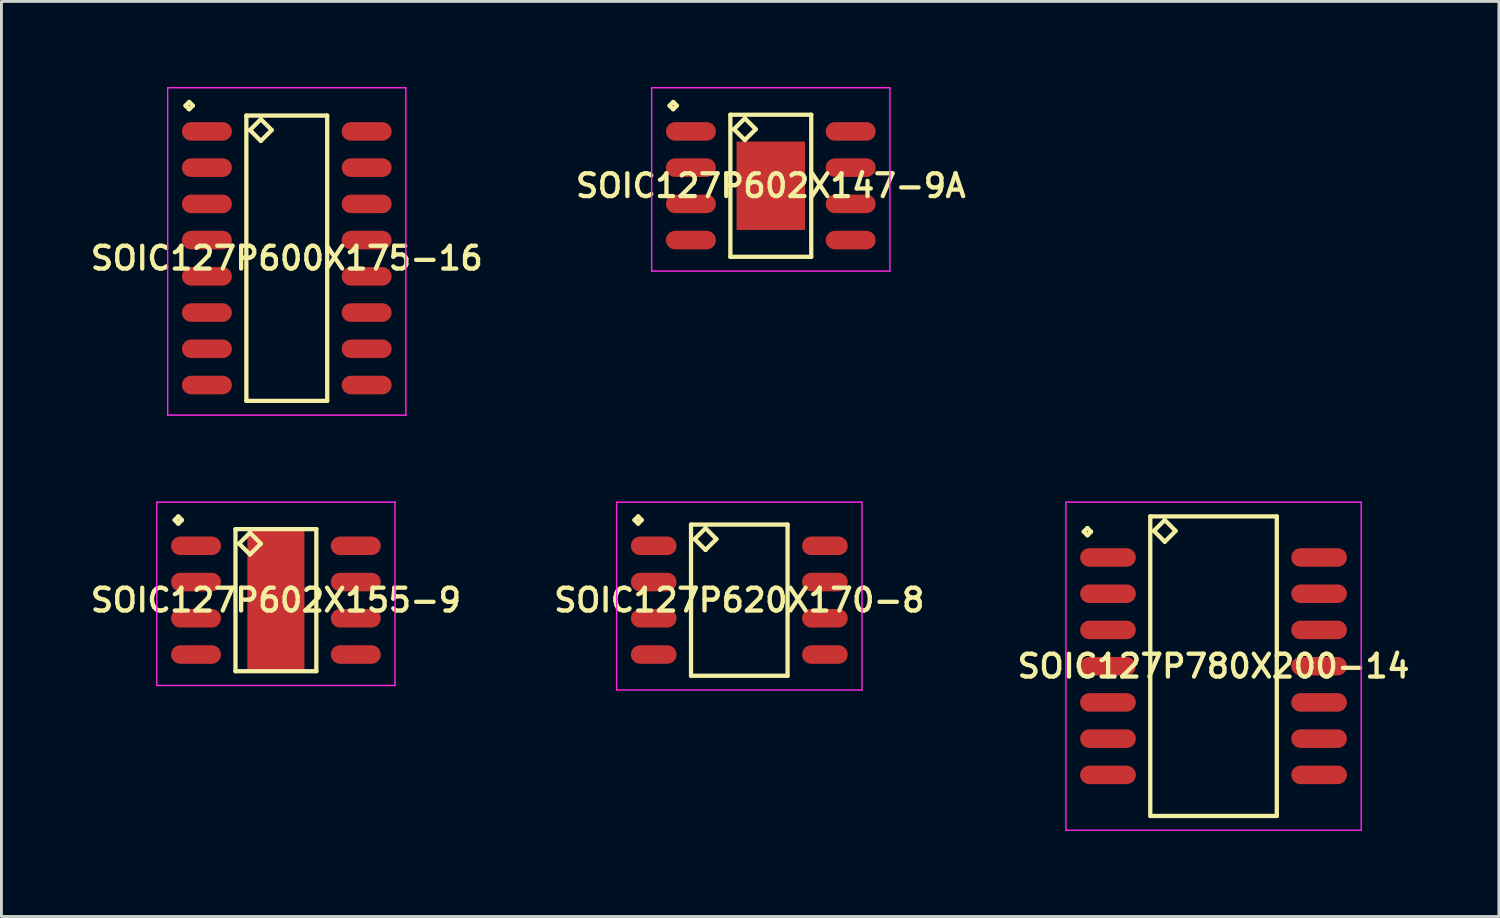
<source format=kicad_pcb>
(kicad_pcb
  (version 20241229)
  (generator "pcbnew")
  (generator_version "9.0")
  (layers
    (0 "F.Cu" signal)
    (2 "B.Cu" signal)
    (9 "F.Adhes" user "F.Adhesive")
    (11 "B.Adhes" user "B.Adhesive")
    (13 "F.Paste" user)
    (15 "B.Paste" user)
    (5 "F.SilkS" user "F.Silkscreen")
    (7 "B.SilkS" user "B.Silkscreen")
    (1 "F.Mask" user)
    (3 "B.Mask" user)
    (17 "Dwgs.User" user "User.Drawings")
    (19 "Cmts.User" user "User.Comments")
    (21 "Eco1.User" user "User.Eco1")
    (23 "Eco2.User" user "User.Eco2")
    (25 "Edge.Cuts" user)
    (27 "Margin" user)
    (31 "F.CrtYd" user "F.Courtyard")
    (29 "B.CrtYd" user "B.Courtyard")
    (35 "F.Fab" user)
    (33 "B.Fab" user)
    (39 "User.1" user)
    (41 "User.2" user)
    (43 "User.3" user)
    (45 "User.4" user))
  (footprint "SOIC127P600X175-16"
    (layer "F.Cu")
    (at 7.002 6.001)
    (property "Reference" "SOIC127P600X175-16" (at 0 0 0) (layer "F.SilkS") (effects (font (size 0.8 0.8) (thickness 0.15))))
    (attr smd)
    (fp_line (start -3.548 -5.349) (end -3.421 -5.476) (stroke (width 0.15) (type solid)) (layer "F.SilkS"))
    (fp_line (start -3.421 -5.476) (end -3.294 -5.349) (stroke (width 0.15) (type solid)) (layer "F.SilkS"))
    (fp_line (start -3.421 -5.222) (end -3.548 -5.349) (stroke (width 0.15) (type solid)) (layer "F.SilkS"))
    (fp_line (start -3.294 -5.349) (end -3.421 -5.222) (stroke (width 0.15) (type solid)) (layer "F.SilkS"))
    (fp_line (start -1.417 -5) (end -1.417 5) (stroke (width 0.15) (type solid)) (layer "F.SilkS"))
    (fp_line (start -1.417 5) (end 1.417 5) (stroke (width 0.15) (type solid)) (layer "F.SilkS"))
    (fp_line (start -1.29 -4.492) (end -0.909 -4.873) (stroke (width 0.15) (type solid)) (layer "F.SilkS"))
    (fp_line (start -0.909 -4.873) (end -0.528 -4.492) (stroke (width 0.15) (type solid)) (layer "F.SilkS"))
    (fp_line (start -0.909 -4.111) (end -1.29 -4.492) (stroke (width 0.15) (type solid)) (layer "F.SilkS"))
    (fp_line (start -0.528 -4.492) (end -0.909 -4.111) (stroke (width 0.15) (type solid)) (layer "F.SilkS"))
    (fp_line (start 1.417 -5) (end -1.417 -5) (stroke (width 0.15) (type solid)) (layer "F.SilkS"))
    (fp_line (start 1.417 5) (end 1.417 -5) (stroke (width 0.15) (type solid)) (layer "F.SilkS"))
    (fp_line (start -4.175 -5.976) (end 4.175 -5.976) (stroke (width 0.05) (type solid)) (layer "F.CrtYd"))
    (fp_line (start -4.175 5.5) (end -4.175 -5.976) (stroke (width 0.05) (type solid)) (layer "F.CrtYd"))
    (fp_line (start 4.175 -5.976) (end 4.175 5.5) (stroke (width 0.05) (type solid)) (layer "F.CrtYd"))
    (fp_line (start 4.175 5.5) (end -4.175 5.5) (stroke (width 0.05) (type solid)) (layer "F.CrtYd"))
    (pad "1" smd oval (at -2.8 -4.445) (size 1.75 0.65) (layers "F.Cu" "F.Mask" "F.Paste"))
    (pad "2" smd oval (at -2.8 -3.175) (size 1.75 0.65) (layers "F.Cu" "F.Mask" "F.Paste"))
    (pad "3" smd oval (at -2.8 -1.905) (size 1.75 0.65) (layers "F.Cu" "F.Mask" "F.Paste"))
    (pad "4" smd oval (at -2.8 -0.635) (size 1.75 0.65) (layers "F.Cu" "F.Mask" "F.Paste"))
    (pad "5" smd oval (at -2.8 0.635) (size 1.75 0.65) (layers "F.Cu" "F.Mask" "F.Paste"))
    (pad "6" smd oval (at -2.8 1.905) (size 1.75 0.65) (layers "F.Cu" "F.Mask" "F.Paste"))
    (pad "7" smd oval (at -2.8 3.175) (size 1.75 0.65) (layers "F.Cu" "F.Mask" "F.Paste"))
    (pad "8" smd oval (at -2.8 4.445) (size 1.75 0.65) (layers "F.Cu" "F.Mask" "F.Paste"))
    (pad "9" smd oval (at 2.8 4.445) (size 1.75 0.65) (layers "F.Cu" "F.Mask" "F.Paste"))
    (pad "10" smd oval (at 2.8 3.175) (size 1.75 0.65) (layers "F.Cu" "F.Mask" "F.Paste"))
    (pad "11" smd oval (at 2.8 1.905) (size 1.75 0.65) (layers "F.Cu" "F.Mask" "F.Paste"))
    (pad "12" smd oval (at 2.8 0.635) (size 1.75 0.65) (layers "F.Cu" "F.Mask" "F.Paste"))
    (pad "13" smd oval (at 2.8 -0.635) (size 1.75 0.65) (layers "F.Cu" "F.Mask" "F.Paste"))
    (pad "14" smd oval (at 2.8 -1.905) (size 1.75 0.65) (layers "F.Cu" "F.Mask" "F.Paste"))
    (pad "15" smd oval (at 2.8 -3.175) (size 1.75 0.65) (layers "F.Cu" "F.Mask" "F.Paste"))
    (pad "16" smd oval (at 2.8 -4.445) (size 1.75 0.65) (layers "F.Cu" "F.Mask" "F.Paste")))
  (footprint "SOIC127P602X147-9A"
    (layer "F.Cu")
    (at 23.968 3.461)
    (property "Reference" "SOIC127P602X147-9A" (at 0 0 0) (layer "F.SilkS") (effects (font (size 0.8 0.8) (thickness 0.15))))
    (attr smd)
    (fp_line (start -3.548 -2.809) (end -3.421 -2.936) (stroke (width 0.15) (type solid)) (layer "F.SilkS"))
    (fp_line (start -3.421 -2.936) (end -3.294 -2.809) (stroke (width 0.15) (type solid)) (layer "F.SilkS"))
    (fp_line (start -3.421 -2.682) (end -3.548 -2.809) (stroke (width 0.15) (type solid)) (layer "F.SilkS"))
    (fp_line (start -3.294 -2.809) (end -3.421 -2.682) (stroke (width 0.15) (type solid)) (layer "F.SilkS"))
    (fp_line (start -1.417 -2.49) (end -1.417 2.49) (stroke (width 0.15) (type solid)) (layer "F.SilkS"))
    (fp_line (start -1.417 2.49) (end 1.417 2.49) (stroke (width 0.15) (type solid)) (layer "F.SilkS"))
    (fp_line (start -1.29 -1.982) (end -0.909 -2.363) (stroke (width 0.15) (type solid)) (layer "F.SilkS"))
    (fp_line (start -0.909 -2.363) (end -0.528 -1.982) (stroke (width 0.15) (type solid)) (layer "F.SilkS"))
    (fp_line (start -0.909 -1.601) (end -1.29 -1.982) (stroke (width 0.15) (type solid)) (layer "F.SilkS"))
    (fp_line (start -0.528 -1.982) (end -0.909 -1.601) (stroke (width 0.15) (type solid)) (layer "F.SilkS"))
    (fp_line (start 1.417 -2.49) (end -1.417 -2.49) (stroke (width 0.15) (type solid)) (layer "F.SilkS"))
    (fp_line (start 1.417 2.49) (end 1.417 -2.49) (stroke (width 0.15) (type solid)) (layer "F.SilkS"))
    (fp_line (start -4.175 -3.436) (end 4.175 -3.436) (stroke (width 0.05) (type solid)) (layer "F.CrtYd"))
    (fp_line (start -4.175 2.99) (end -4.175 -3.436) (stroke (width 0.05) (type solid)) (layer "F.CrtYd"))
    (fp_line (start 4.175 -3.436) (end 4.175 2.99) (stroke (width 0.05) (type solid)) (layer "F.CrtYd"))
    (fp_line (start 4.175 2.99) (end -4.175 2.99) (stroke (width 0.05) (type solid)) (layer "F.CrtYd"))
    (pad "1" smd oval (at -2.8 -1.905) (size 1.75 0.65) (layers "F.Cu" "F.Mask" "F.Paste"))
    (pad "2" smd oval (at -2.8 -0.635) (size 1.75 0.65) (layers "F.Cu" "F.Mask" "F.Paste"))
    (pad "3" smd oval (at -2.8 0.635) (size 1.75 0.65) (layers "F.Cu" "F.Mask" "F.Paste"))
    (pad "4" smd oval (at -2.8 1.905) (size 1.75 0.65) (layers "F.Cu" "F.Mask" "F.Paste"))
    (pad "5" smd oval (at 2.8 1.905) (size 1.75 0.65) (layers "F.Cu" "F.Mask" "F.Paste"))
    (pad "6" smd oval (at 2.8 0.635) (size 1.75 0.65) (layers "F.Cu" "F.Mask" "F.Paste"))
    (pad "7" smd oval (at 2.8 -0.635) (size 1.75 0.65) (layers "F.Cu" "F.Mask" "F.Paste"))
    (pad "8" smd oval (at 2.8 -1.905) (size 1.75 0.65) (layers "F.Cu" "F.Mask" "F.Paste"))
    (pad "9" smd rect (at 0 0) (size 2.4 3.1) (layers "F.Cu" "F.Mask" "F.Paste")))
  (footprint "SOIC127P620X170-8"
    (layer "F.Cu")
    (at 22.864 17.987)
    (property "Reference" "SOIC127P620X170-8" (at 0 0 0) (layer "F.SilkS") (effects (font (size 0.8 0.8) (thickness 0.15))))
    (attr smd)
    (fp_line (start -3.673 -2.809) (end -3.546 -2.936) (stroke (width 0.15) (type solid)) (layer "F.SilkS"))
    (fp_line (start -3.546 -2.936) (end -3.419 -2.809) (stroke (width 0.15) (type solid)) (layer "F.SilkS"))
    (fp_line (start -3.546 -2.682) (end -3.673 -2.809) (stroke (width 0.15) (type solid)) (layer "F.SilkS"))
    (fp_line (start -3.419 -2.809) (end -3.546 -2.682) (stroke (width 0.15) (type solid)) (layer "F.SilkS"))
    (fp_line (start -1.692 -2.65) (end -1.692 2.65) (stroke (width 0.15) (type solid)) (layer "F.SilkS"))
    (fp_line (start -1.692 2.65) (end 1.692 2.65) (stroke (width 0.15) (type solid)) (layer "F.SilkS"))
    (fp_line (start -1.565 -2.142) (end -1.184 -2.523) (stroke (width 0.15) (type solid)) (layer "F.SilkS"))
    (fp_line (start -1.184 -2.523) (end -0.803 -2.142) (stroke (width 0.15) (type solid)) (layer "F.SilkS"))
    (fp_line (start -1.184 -1.761) (end -1.565 -2.142) (stroke (width 0.15) (type solid)) (layer "F.SilkS"))
    (fp_line (start -0.803 -2.142) (end -1.184 -1.761) (stroke (width 0.15) (type solid)) (layer "F.SilkS"))
    (fp_line (start 1.692 -2.65) (end -1.692 -2.65) (stroke (width 0.15) (type solid)) (layer "F.SilkS"))
    (fp_line (start 1.692 2.65) (end 1.692 -2.65) (stroke (width 0.15) (type solid)) (layer "F.SilkS"))
    (fp_line (start -4.3 -3.436) (end 4.3 -3.436) (stroke (width 0.05) (type solid)) (layer "F.CrtYd"))
    (fp_line (start -4.3 3.15) (end -4.3 -3.436) (stroke (width 0.05) (type solid)) (layer "F.CrtYd"))
    (fp_line (start 4.3 -3.436) (end 4.3 3.15) (stroke (width 0.05) (type solid)) (layer "F.CrtYd"))
    (fp_line (start 4.3 3.15) (end -4.3 3.15) (stroke (width 0.05) (type solid)) (layer "F.CrtYd"))
    (pad "1" smd oval (at -3 -1.905) (size 1.6 0.65) (layers "F.Cu" "F.Mask" "F.Paste"))
    (pad "2" smd oval (at -3 -0.635) (size 1.6 0.65) (layers "F.Cu" "F.Mask" "F.Paste"))
    (pad "3" smd oval (at -3 0.635) (size 1.6 0.65) (layers "F.Cu" "F.Mask" "F.Paste"))
    (pad "4" smd oval (at -3 1.905) (size 1.6 0.65) (layers "F.Cu" "F.Mask" "F.Paste"))
    (pad "5" smd oval (at 3 1.905) (size 1.6 0.65) (layers "F.Cu" "F.Mask" "F.Paste"))
    (pad "6" smd oval (at 3 0.635) (size 1.6 0.65) (layers "F.Cu" "F.Mask" "F.Paste"))
    (pad "7" smd oval (at 3 -0.635) (size 1.6 0.65) (layers "F.Cu" "F.Mask" "F.Paste"))
    (pad "8" smd oval (at 3 -1.905) (size 1.6 0.65) (layers "F.Cu" "F.Mask" "F.Paste")))
  (footprint "SOIC127P780X200-14"
    (layer "F.Cu")
    (at 39.487 20.301)
    (property "Reference" "SOIC127P780X200-14" (at 0 0 0) (layer "F.SilkS") (effects (font (size 0.8 0.8) (thickness 0.15))))
    (attr smd)
    (fp_line (start -4.548 -4.714) (end -4.421 -4.841) (stroke (width 0.15) (type solid)) (layer "F.SilkS"))
    (fp_line (start -4.421 -4.841) (end -4.294 -4.714) (stroke (width 0.15) (type solid)) (layer "F.SilkS"))
    (fp_line (start -4.421 -4.587) (end -4.548 -4.714) (stroke (width 0.15) (type solid)) (layer "F.SilkS"))
    (fp_line (start -4.294 -4.714) (end -4.421 -4.587) (stroke (width 0.15) (type solid)) (layer "F.SilkS"))
    (fp_line (start -2.217 -5.25) (end -2.217 5.25) (stroke (width 0.15) (type solid)) (layer "F.SilkS"))
    (fp_line (start -2.217 5.25) (end 2.217 5.25) (stroke (width 0.15) (type solid)) (layer "F.SilkS"))
    (fp_line (start -2.09 -4.742) (end -1.709 -5.123) (stroke (width 0.15) (type solid)) (layer "F.SilkS"))
    (fp_line (start -1.709 -5.123) (end -1.328 -4.742) (stroke (width 0.15) (type solid)) (layer "F.SilkS"))
    (fp_line (start -1.709 -4.361) (end -2.09 -4.742) (stroke (width 0.15) (type solid)) (layer "F.SilkS"))
    (fp_line (start -1.328 -4.742) (end -1.709 -4.361) (stroke (width 0.15) (type solid)) (layer "F.SilkS"))
    (fp_line (start 2.217 -5.25) (end -2.217 -5.25) (stroke (width 0.15) (type solid)) (layer "F.SilkS"))
    (fp_line (start 2.217 5.25) (end 2.217 -5.25) (stroke (width 0.15) (type solid)) (layer "F.SilkS"))
    (fp_line (start -5.175 -5.75) (end 5.175 -5.75) (stroke (width 0.05) (type solid)) (layer "F.CrtYd"))
    (fp_line (start -5.175 5.75) (end -5.175 -5.75) (stroke (width 0.05) (type solid)) (layer "F.CrtYd"))
    (fp_line (start 5.175 -5.75) (end 5.175 5.75) (stroke (width 0.05) (type solid)) (layer "F.CrtYd"))
    (fp_line (start 5.175 5.75) (end -5.175 5.75) (stroke (width 0.05) (type solid)) (layer "F.CrtYd"))
    (pad "1" smd oval (at -3.7 -3.81) (size 1.95 0.65) (layers "F.Cu" "F.Mask" "F.Paste"))
    (pad "2" smd oval (at -3.7 -2.54) (size 1.95 0.65) (layers "F.Cu" "F.Mask" "F.Paste"))
    (pad "3" smd oval (at -3.7 -1.27) (size 1.95 0.65) (layers "F.Cu" "F.Mask" "F.Paste"))
    (pad "4" smd oval (at -3.7 0) (size 1.95 0.65) (layers "F.Cu" "F.Mask" "F.Paste"))
    (pad "5" smd oval (at -3.7 1.27) (size 1.95 0.65) (layers "F.Cu" "F.Mask" "F.Paste"))
    (pad "6" smd oval (at -3.7 2.54) (size 1.95 0.65) (layers "F.Cu" "F.Mask" "F.Paste"))
    (pad "7" smd oval (at -3.7 3.81) (size 1.95 0.65) (layers "F.Cu" "F.Mask" "F.Paste"))
    (pad "8" smd oval (at 3.7 3.81) (size 1.95 0.65) (layers "F.Cu" "F.Mask" "F.Paste"))
    (pad "9" smd oval (at 3.7 2.54) (size 1.95 0.65) (layers "F.Cu" "F.Mask" "F.Paste"))
    (pad "10" smd oval (at 3.7 1.27) (size 1.95 0.65) (layers "F.Cu" "F.Mask" "F.Paste"))
    (pad "11" smd oval (at 3.7 0) (size 1.95 0.65) (layers "F.Cu" "F.Mask" "F.Paste"))
    (pad "12" smd oval (at 3.7 -1.27) (size 1.95 0.65) (layers "F.Cu" "F.Mask" "F.Paste"))
    (pad "13" smd oval (at 3.7 -2.54) (size 1.95 0.65) (layers "F.Cu" "F.Mask" "F.Paste"))
    (pad "14" smd oval (at 3.7 -3.81) (size 1.95 0.65) (layers "F.Cu" "F.Mask" "F.Paste")))
  (footprint "SOIC127P602X155-9"
    (layer "F.Cu")
    (at 6.621 17.987)
    (property "Reference" "SOIC127P602X155-9" (at 0 0 0) (layer "F.SilkS") (effects (font (size 0.8 0.8) (thickness 0.15))))
    (attr smd)
    (fp_line (start -3.548 -2.809) (end -3.421 -2.936) (stroke (width 0.15) (type solid)) (layer "F.SilkS"))
    (fp_line (start -3.421 -2.936) (end -3.294 -2.809) (stroke (width 0.15) (type solid)) (layer "F.SilkS"))
    (fp_line (start -3.421 -2.682) (end -3.548 -2.809) (stroke (width 0.15) (type solid)) (layer "F.SilkS"))
    (fp_line (start -3.294 -2.809) (end -3.421 -2.682) (stroke (width 0.15) (type solid)) (layer "F.SilkS"))
    (fp_line (start -1.417 -2.49) (end -1.417 2.49) (stroke (width 0.15) (type solid)) (layer "F.SilkS"))
    (fp_line (start -1.417 2.49) (end 1.417 2.49) (stroke (width 0.15) (type solid)) (layer "F.SilkS"))
    (fp_line (start -1.29 -1.982) (end -0.909 -2.363) (stroke (width 0.15) (type solid)) (layer "F.SilkS"))
    (fp_line (start -0.909 -2.363) (end -0.528 -1.982) (stroke (width 0.15) (type solid)) (layer "F.SilkS"))
    (fp_line (start -0.909 -1.601) (end -1.29 -1.982) (stroke (width 0.15) (type solid)) (layer "F.SilkS"))
    (fp_line (start -0.528 -1.982) (end -0.909 -1.601) (stroke (width 0.15) (type solid)) (layer "F.SilkS"))
    (fp_line (start 1.417 -2.49) (end -1.417 -2.49) (stroke (width 0.15) (type solid)) (layer "F.SilkS"))
    (fp_line (start 1.417 2.49) (end 1.417 -2.49) (stroke (width 0.15) (type solid)) (layer "F.SilkS"))
    (fp_line (start -4.175 -3.436) (end 4.175 -3.436) (stroke (width 0.05) (type solid)) (layer "F.CrtYd"))
    (fp_line (start -4.175 2.99) (end -4.175 -3.436) (stroke (width 0.05) (type solid)) (layer "F.CrtYd"))
    (fp_line (start 4.175 -3.436) (end 4.175 2.99) (stroke (width 0.05) (type solid)) (layer "F.CrtYd"))
    (fp_line (start 4.175 2.99) (end -4.175 2.99) (stroke (width 0.05) (type solid)) (layer "F.CrtYd"))
    (pad "1" smd oval (at -2.8 -1.905) (size 1.75 0.65) (layers "F.Cu" "F.Mask" "F.Paste"))
    (pad "2" smd oval (at -2.8 -0.635) (size 1.75 0.65) (layers "F.Cu" "F.Mask" "F.Paste"))
    (pad "3" smd oval (at -2.8 0.635) (size 1.75 0.65) (layers "F.Cu" "F.Mask" "F.Paste"))
    (pad "4" smd oval (at -2.8 1.905) (size 1.75 0.65) (layers "F.Cu" "F.Mask" "F.Paste"))
    (pad "5" smd oval (at 2.8 1.905) (size 1.75 0.65) (layers "F.Cu" "F.Mask" "F.Paste"))
    (pad "6" smd oval (at 2.8 0.635) (size 1.75 0.65) (layers "F.Cu" "F.Mask" "F.Paste"))
    (pad "7" smd oval (at 2.8 -0.635) (size 1.75 0.65) (layers "F.Cu" "F.Mask" "F.Paste"))
    (pad "8" smd oval (at 2.8 -1.905) (size 1.75 0.65) (layers "F.Cu" "F.Mask" "F.Paste"))
    (pad "9" smd rect (at 0 0) (size 2 4.95) (layers "F.Cu" "F.Mask" "F.Paste")))
  (gr_rect
    (start -3 -3)
    (end 49.489 29.076)
    (stroke (width 0.1) (type default))
    (fill no)
    (layer "Edge.Cuts")))
</source>
